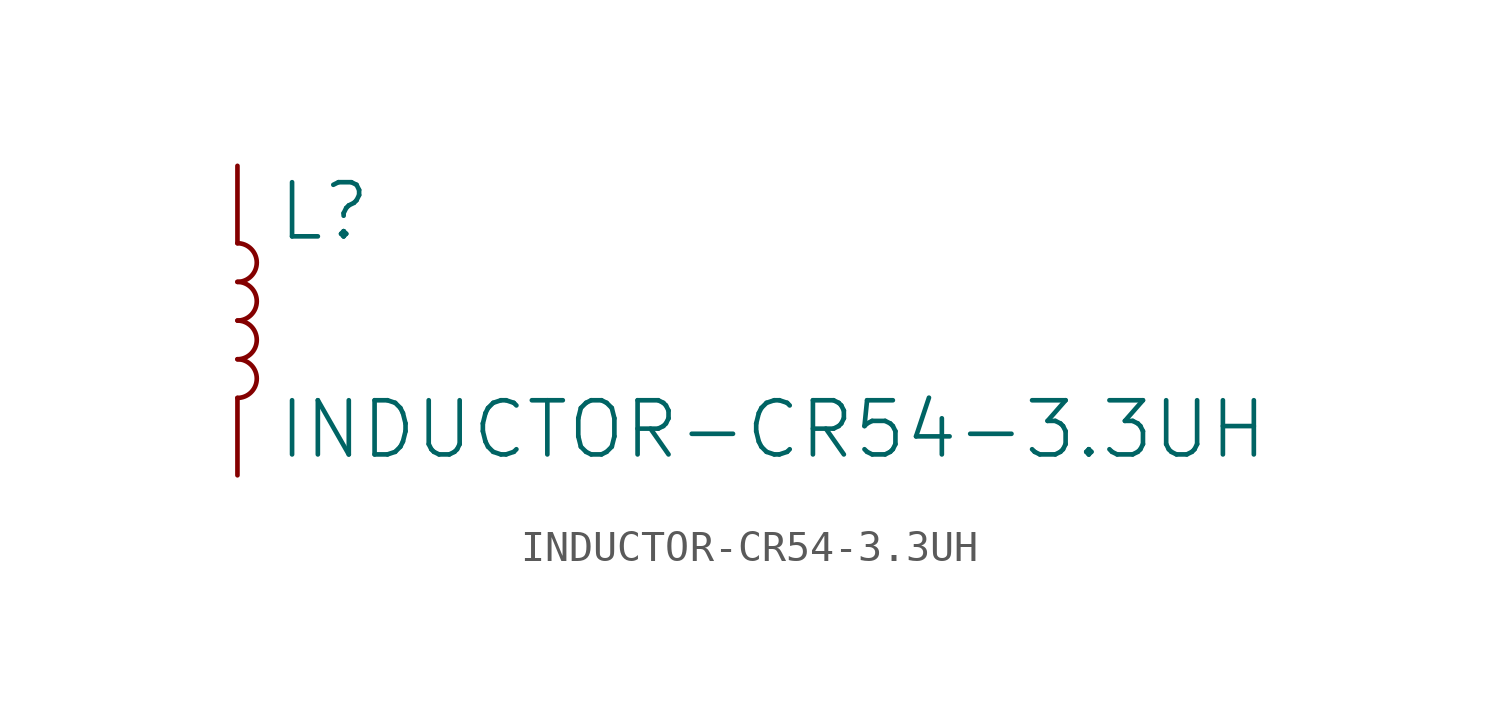
<source format=kicad_sym>
(kicad_symbol_lib
  (version 20211014)
  (generator kicad_symbol_editor)
  (symbol "INDUCTOR-CR54-3.3UH"
    (property "Reference" "L"
      (at 1.27 2.54 0)
      (effects (font (size 1.778 1.778)) (justify left bottom)))
    (property "Value" "INDUCTOR-CR54-3.3UH"
      (at 1.27 -2.54 0)
      (effects (font (size 1.778 1.778)) (justify left top)))
    (property "ki_locked" ""
      (at 0 0 0)
      (effects (font (size 1.27 1.27))))
    (symbol "INDUCTOR-CR54-3.3UH_1_0"
      (arc (start 0 -2.54) (mid 0.635 -1.905) (end 0 -1.27) (stroke (width 0.1524) (type default) (color 0 0 0 0)) (fill (type none)))
      (arc (start 0 -1.27) (mid 0.635 -0.635) (end 0 0) (stroke (width 0.1524) (type default) (color 0 0 0 0)) (fill (type none)))
      (arc (start 0 0) (mid 0.635 0.635) (end 0 1.27) (stroke (width 0.1524) (type default) (color 0 0 0 0)) (fill (type none)))
      (arc (start 0 1.27) (mid 0.635 1.905) (end 0 2.54) (stroke (width 0.1524) (type default) (color 0 0 0 0)) (fill (type none)))
      (pin passive line (at 0 5.08 270) (length 2.54) (name "1" (effects (font (size 0 0)))) (number "P$1" (effects (font (size 0 0)))))
      (pin passive line (at 0 -5.08 90) (length 2.54) (name "2" (effects (font (size 0 0)))) (number "P$2" (effects (font (size 0 0))))))))
</source>
